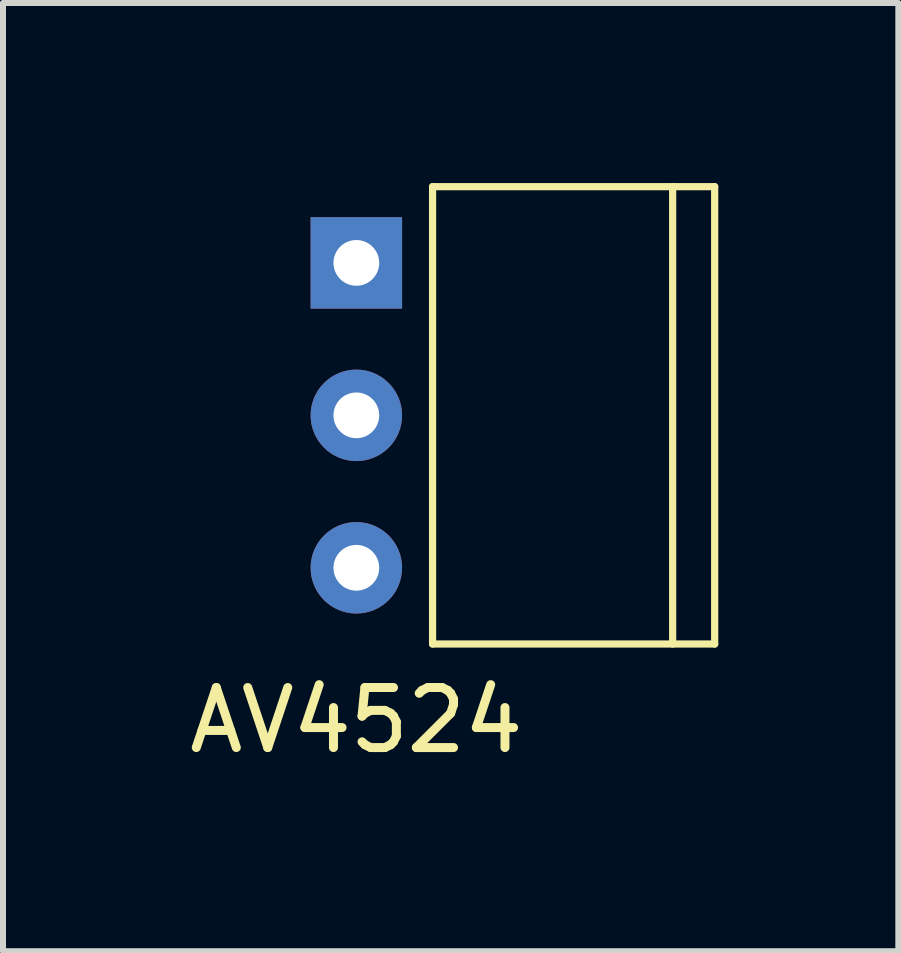
<source format=kicad_pcb>
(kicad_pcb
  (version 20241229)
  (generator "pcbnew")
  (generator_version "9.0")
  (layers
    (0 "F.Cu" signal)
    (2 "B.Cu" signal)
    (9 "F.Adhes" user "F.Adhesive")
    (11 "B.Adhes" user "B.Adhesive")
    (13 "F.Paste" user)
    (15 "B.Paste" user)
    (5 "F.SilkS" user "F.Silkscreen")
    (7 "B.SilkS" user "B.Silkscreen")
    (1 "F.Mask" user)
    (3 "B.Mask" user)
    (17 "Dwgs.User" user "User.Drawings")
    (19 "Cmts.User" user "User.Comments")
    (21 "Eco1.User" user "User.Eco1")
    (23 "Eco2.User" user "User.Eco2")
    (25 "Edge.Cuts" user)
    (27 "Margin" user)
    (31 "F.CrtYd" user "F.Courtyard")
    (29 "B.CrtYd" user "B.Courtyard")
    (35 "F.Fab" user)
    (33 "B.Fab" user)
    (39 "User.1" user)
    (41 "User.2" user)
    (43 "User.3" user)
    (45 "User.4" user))
  (footprint "AV4524"
    (layer "F.Cu")
    (at 2.887 3.87)
    (property "Reference" "AV4524" (at 0 5.08 0) (layer "F.SilkS") (effects (font (size 1 1) (thickness 0.15))))
    (attr through_hole)
    (fp_line (start 1.27 -3.81) (end 5.97 -3.81) (stroke (width 0.12) (type solid)) (layer "F.SilkS"))
    (fp_line (start 1.27 3.81) (end 1.27 -3.81) (stroke (width 0.12) (type solid)) (layer "F.SilkS"))
    (fp_line (start 5.27 -3.81) (end 5.27 3.81) (stroke (width 0.12) (type solid)) (layer "F.SilkS"))
    (fp_line (start 5.97 -3.81) (end 5.97 3.81) (stroke (width 0.12) (type solid)) (layer "F.SilkS"))
    (fp_line (start 5.97 3.81) (end 1.27 3.81) (stroke (width 0.12) (type solid)) (layer "F.SilkS"))
    (pad "1" thru_hole rect (at 0 -2.54) (size 1.524 1.524) (drill 0.762) (layers "*.Cu" "*.Mask"))
    (pad "2" thru_hole circle (at 0 0) (size 1.524 1.524) (drill 0.762) (layers "*.Cu" "*.Mask"))
    (pad "3" thru_hole circle (at 0 2.54) (size 1.524 1.524) (drill 0.762) (layers "*.Cu" "*.Mask")))
  (gr_rect
    (start -3 -3)
    (end 11.917 12.798)
    (stroke (width 0.1) (type default))
    (fill no)
    (layer "Edge.Cuts")))
</source>
